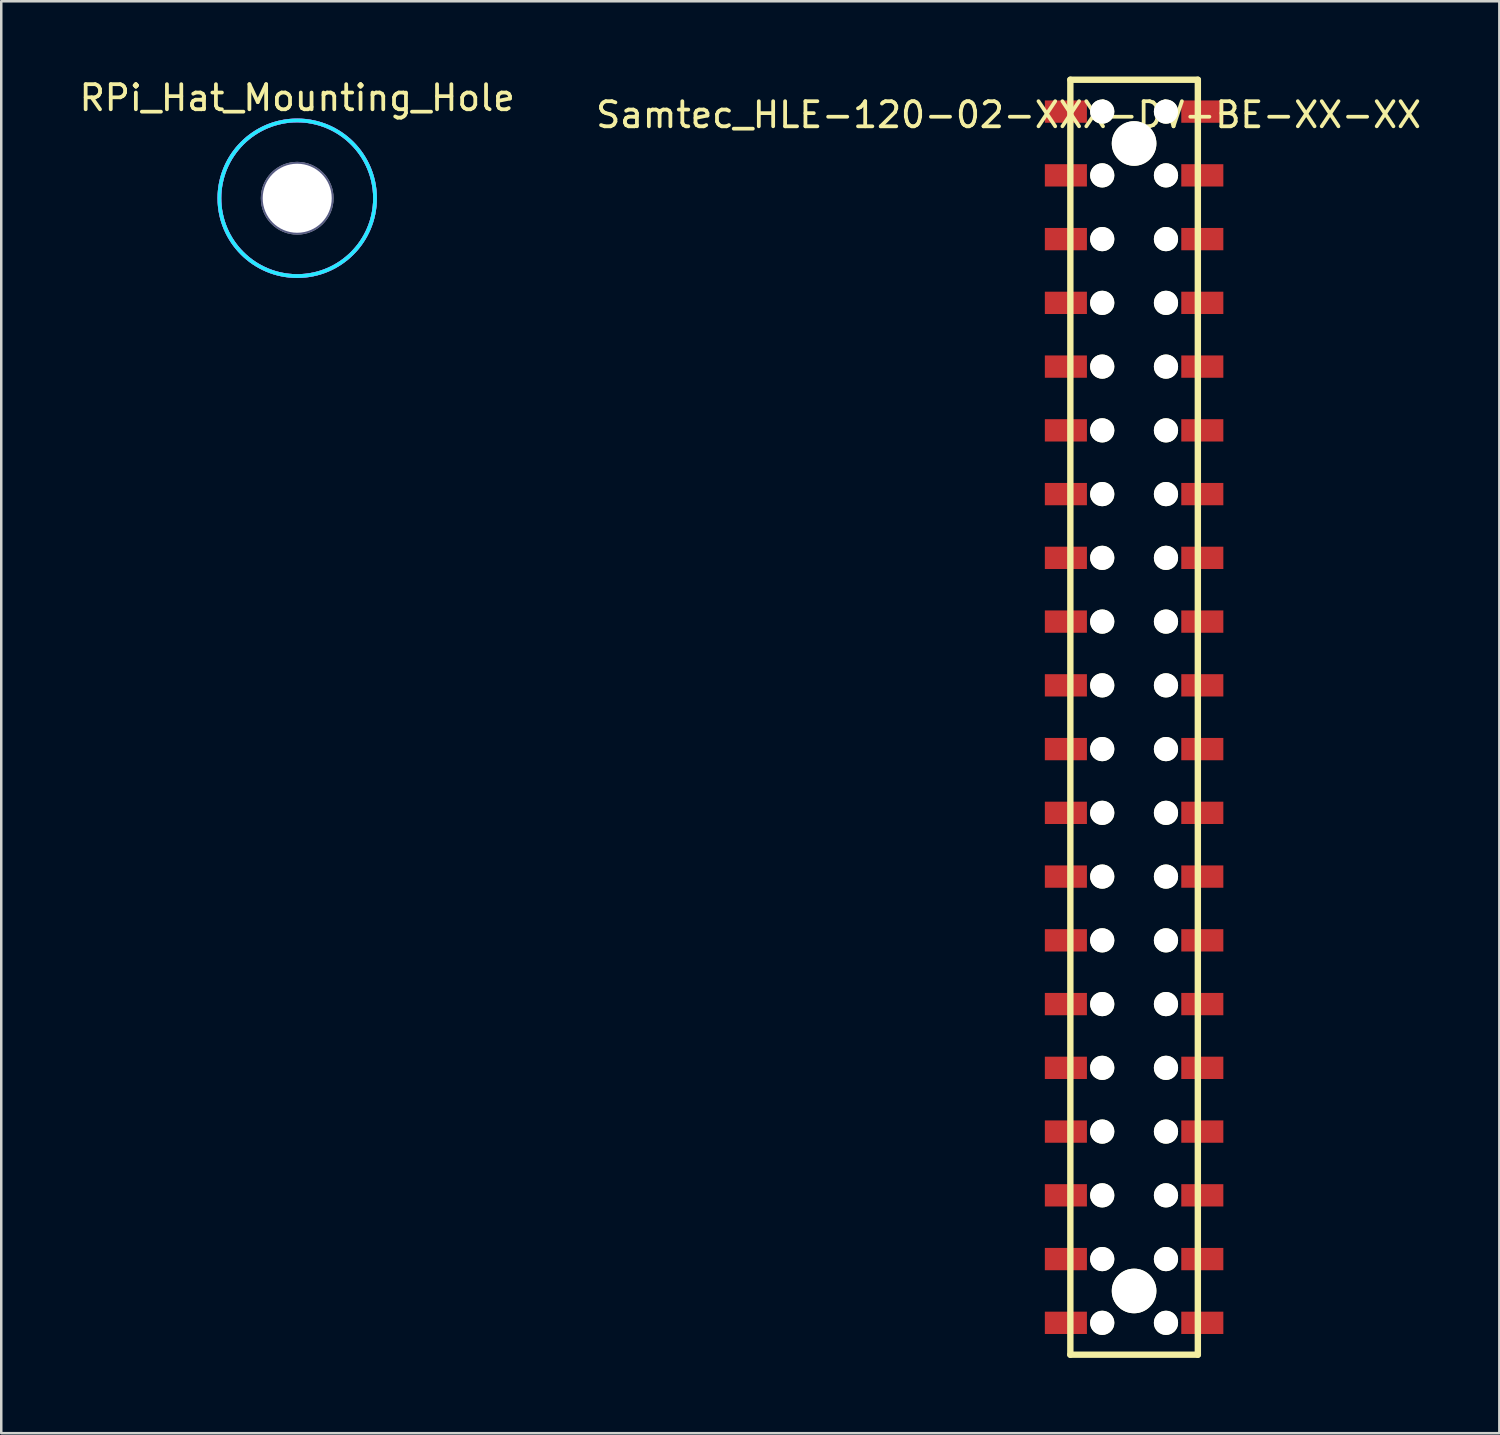
<source format=kicad_pcb>
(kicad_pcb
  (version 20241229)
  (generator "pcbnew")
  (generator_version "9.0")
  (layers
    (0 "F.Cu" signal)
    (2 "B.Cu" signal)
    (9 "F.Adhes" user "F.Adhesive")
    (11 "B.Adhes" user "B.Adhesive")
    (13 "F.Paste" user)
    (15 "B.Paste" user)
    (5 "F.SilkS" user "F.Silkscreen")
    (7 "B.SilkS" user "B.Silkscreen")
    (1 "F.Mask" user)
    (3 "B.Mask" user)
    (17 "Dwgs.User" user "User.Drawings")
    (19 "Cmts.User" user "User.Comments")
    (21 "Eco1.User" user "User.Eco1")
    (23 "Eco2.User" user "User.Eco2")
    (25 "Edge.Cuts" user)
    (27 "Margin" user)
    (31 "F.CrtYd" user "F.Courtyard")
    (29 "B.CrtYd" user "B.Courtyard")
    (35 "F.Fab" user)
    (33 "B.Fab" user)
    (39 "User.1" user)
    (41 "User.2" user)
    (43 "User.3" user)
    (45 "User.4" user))
  (footprint "RPi_Hat_Mounting_Hole"
    (layer "F.Cu")
    (at 8.792 4.849)
    (property "Reference" "RPi_Hat_Mounting_Hole" (at 0 -4 0) (layer "F.SilkS") (effects (font (size 1 1) (thickness 0.15))))
    (attr through_hole board_only)
    (fp_circle (center 0 0) (end 3.1 0) (stroke (width 0.15) (type solid)) (fill no) (layer "B.CrtYd"))
    (fp_circle (center 0 0) (end 3.1 0) (stroke (width 0.15) (type solid)) (fill no) (layer "F.CrtYd"))
    (fp_circle (center 0 0) (end 1.375 0) (stroke (width 0.15) (type solid)) (fill no) (layer "B.Fab"))
    (fp_circle (center 0 0) (end 3.1 0) (stroke (width 0.15) (type solid)) (fill no) (layer "B.Fab"))
    (fp_circle (center 0 0) (end 1.375 0) (stroke (width 0.15) (type solid)) (fill no) (layer "F.Fab"))
    (fp_circle (center 0 0) (end 3.1 0) (stroke (width 0.15) (type solid)) (fill no) (layer "F.Fab"))
    (pad "" np_thru_hole circle (at 0 0) (size 2.75 2.75) (drill 2.75) (layers "*.Cu" "*.Mask")))
  (footprint "Samtec_HLE-120-02-XXX-DV-BE-XX-XX"
    (layer "F.Cu")
    (at 42.137 25.527)
    (property "Reference" "Samtec_HLE-120-02-XXX-DV-BE-XX-XX" (at -5 -24 0) (layer "F.SilkS") (effects (font (size 1 1) (thickness 0.15))))
    (attr through_hole)
    (fp_line (start -2.54 -25.4) (end 2.54 -25.4) (stroke (width 0.254) (type solid)) (layer "F.SilkS"))
    (fp_line (start -2.54 25.4) (end -2.54 -25.4) (stroke (width 0.254) (type solid)) (layer "F.SilkS"))
    (fp_line (start 2.54 -25.4) (end 2.54 25.4) (stroke (width 0.254) (type solid)) (layer "F.SilkS"))
    (fp_line (start 2.54 25.4) (end -2.54 25.4) (stroke (width 0.254) (type solid)) (layer "F.SilkS"))
    (pad "" np_thru_hole circle (at -1.27 -24.13 270) (size 0.965 0.965) (drill 0.965) (layers "*.Cu" "*.Mask" "F.SilkS"))
    (pad "" np_thru_hole circle (at -1.27 -21.59 270) (size 0.965 0.965) (drill 0.965) (layers "*.Cu" "*.Mask" "F.SilkS"))
    (pad "" np_thru_hole circle (at -1.27 -19.05 270) (size 0.965 0.965) (drill 0.965) (layers "*.Cu" "*.Mask" "F.SilkS"))
    (pad "" np_thru_hole circle (at -1.27 -16.51 270) (size 0.965 0.965) (drill 0.965) (layers "*.Cu" "*.Mask" "F.SilkS"))
    (pad "" np_thru_hole circle (at -1.27 -13.97 270) (size 0.965 0.965) (drill 0.965) (layers "*.Cu" "*.Mask" "F.SilkS"))
    (pad "" np_thru_hole circle (at -1.27 -11.43 270) (size 0.965 0.965) (drill 0.965) (layers "*.Cu" "*.Mask" "F.SilkS"))
    (pad "" np_thru_hole circle (at -1.27 -8.89 270) (size 0.965 0.965) (drill 0.965) (layers "*.Cu" "*.Mask" "F.SilkS"))
    (pad "" np_thru_hole circle (at -1.27 -6.35 270) (size 0.965 0.965) (drill 0.965) (layers "*.Cu" "*.Mask" "F.SilkS"))
    (pad "" np_thru_hole circle (at -1.27 -3.81 270) (size 0.965 0.965) (drill 0.965) (layers "*.Cu" "*.Mask" "F.SilkS"))
    (pad "" np_thru_hole circle (at -1.27 -1.27 270) (size 0.965 0.965) (drill 0.965) (layers "*.Cu" "*.Mask" "F.SilkS"))
    (pad "" np_thru_hole circle (at -1.27 1.27 270) (size 0.965 0.965) (drill 0.965) (layers "*.Cu" "*.Mask" "F.SilkS"))
    (pad "" np_thru_hole circle (at -1.27 3.81 270) (size 0.965 0.965) (drill 0.965) (layers "*.Cu" "*.Mask" "F.SilkS"))
    (pad "" np_thru_hole circle (at -1.27 6.35 270) (size 0.965 0.965) (drill 0.965) (layers "*.Cu" "*.Mask" "F.SilkS"))
    (pad "" np_thru_hole circle (at -1.27 8.89 270) (size 0.965 0.965) (drill 0.965) (layers "*.Cu" "*.Mask" "F.SilkS"))
    (pad "" np_thru_hole circle (at -1.27 11.43 270) (size 0.965 0.965) (drill 0.965) (layers "*.Cu" "*.Mask" "F.SilkS"))
    (pad "" np_thru_hole circle (at -1.27 13.97 270) (size 0.965 0.965) (drill 0.965) (layers "*.Cu" "*.Mask" "F.SilkS"))
    (pad "" np_thru_hole circle (at -1.27 16.51 270) (size 0.965 0.965) (drill 0.965) (layers "*.Cu" "*.Mask" "F.SilkS"))
    (pad "" np_thru_hole circle (at -1.27 19.05 270) (size 0.965 0.965) (drill 0.965) (layers "*.Cu" "*.Mask" "F.SilkS"))
    (pad "" np_thru_hole circle (at -1.27 21.59 270) (size 0.965 0.965) (drill 0.965) (layers "*.Cu" "*.Mask" "F.SilkS"))
    (pad "" np_thru_hole circle (at -1.27 24.13 270) (size 0.965 0.965) (drill 0.965) (layers "*.Cu" "*.Mask" "F.SilkS"))
    (pad "" np_thru_hole circle (at 0 -22.86 270) (size 1.778 1.778) (drill 1.778) (layers "*.Cu" "*.Mask" "F.SilkS"))
    (pad "" np_thru_hole circle (at 0 22.86 270) (size 1.778 1.778) (drill 1.778) (layers "*.Cu" "*.Mask" "F.SilkS"))
    (pad "" np_thru_hole circle (at 1.27 -24.13 270) (size 0.965 0.965) (drill 0.965) (layers "*.Cu" "*.Mask" "F.SilkS"))
    (pad "" np_thru_hole circle (at 1.27 -21.59 270) (size 0.965 0.965) (drill 0.965) (layers "*.Cu" "*.Mask" "F.SilkS"))
    (pad "" np_thru_hole circle (at 1.27 -19.05 270) (size 0.965 0.965) (drill 0.965) (layers "*.Cu" "*.Mask" "F.SilkS"))
    (pad "" np_thru_hole circle (at 1.27 -16.51 270) (size 0.965 0.965) (drill 0.965) (layers "*.Cu" "*.Mask" "F.SilkS"))
    (pad "" np_thru_hole circle (at 1.27 -13.97 270) (size 0.965 0.965) (drill 0.965) (layers "*.Cu" "*.Mask" "F.SilkS"))
    (pad "" np_thru_hole circle (at 1.27 -11.43 270) (size 0.965 0.965) (drill 0.965) (layers "*.Cu" "*.Mask" "F.SilkS"))
    (pad "" np_thru_hole circle (at 1.27 -8.89 270) (size 0.965 0.965) (drill 0.965) (layers "*.Cu" "*.Mask" "F.SilkS"))
    (pad "" np_thru_hole circle (at 1.27 -6.35 270) (size 0.965 0.965) (drill 0.965) (layers "*.Cu" "*.Mask" "F.SilkS"))
    (pad "" np_thru_hole circle (at 1.27 -3.81 270) (size 0.965 0.965) (drill 0.965) (layers "*.Cu" "*.Mask" "F.SilkS"))
    (pad "" np_thru_hole circle (at 1.27 -1.27 270) (size 0.965 0.965) (drill 0.965) (layers "*.Cu" "*.Mask" "F.SilkS"))
    (pad "" np_thru_hole circle (at 1.27 1.27 270) (size 0.965 0.965) (drill 0.965) (layers "*.Cu" "*.Mask" "F.SilkS"))
    (pad "" np_thru_hole circle (at 1.27 3.81 270) (size 0.965 0.965) (drill 0.965) (layers "*.Cu" "*.Mask" "F.SilkS"))
    (pad "" np_thru_hole circle (at 1.27 6.35 270) (size 0.965 0.965) (drill 0.965) (layers "*.Cu" "*.Mask" "F.SilkS"))
    (pad "" np_thru_hole circle (at 1.27 8.89 270) (size 0.965 0.965) (drill 0.965) (layers "*.Cu" "*.Mask" "F.SilkS"))
    (pad "" np_thru_hole circle (at 1.27 11.43 270) (size 0.965 0.965) (drill 0.965) (layers "*.Cu" "*.Mask" "F.SilkS"))
    (pad "" np_thru_hole circle (at 1.27 13.97 270) (size 0.965 0.965) (drill 0.965) (layers "*.Cu" "*.Mask" "F.SilkS"))
    (pad "" np_thru_hole circle (at 1.27 16.51 270) (size 0.965 0.965) (drill 0.965) (layers "*.Cu" "*.Mask" "F.SilkS"))
    (pad "" np_thru_hole circle (at 1.27 19.05 270) (size 0.965 0.965) (drill 0.965) (layers "*.Cu" "*.Mask" "F.SilkS"))
    (pad "" np_thru_hole circle (at 1.27 21.59 270) (size 0.965 0.965) (drill 0.965) (layers "*.Cu" "*.Mask" "F.SilkS"))
    (pad "" np_thru_hole circle (at 1.27 24.13 270) (size 0.965 0.965) (drill 0.965) (layers "*.Cu" "*.Mask" "F.SilkS"))
    (pad "1" smd rect (at -2.718 -24.13 90) (size 0.889 1.676) (layers "F.Cu" "F.Mask" "F.Paste"))
    (pad "2" smd rect (at 2.718 -24.13 90) (size 0.889 1.676) (layers "F.Cu" "F.Mask" "F.Paste"))
    (pad "3" smd rect (at -2.718 -21.59 90) (size 0.889 1.676) (layers "F.Cu" "F.Mask" "F.Paste"))
    (pad "4" smd rect (at 2.718 -21.59 90) (size 0.889 1.676) (layers "F.Cu" "F.Mask" "F.Paste"))
    (pad "5" smd rect (at -2.718 -19.05 90) (size 0.889 1.676) (layers "F.Cu" "F.Mask" "F.Paste"))
    (pad "6" smd rect (at 2.718 -19.05 90) (size 0.889 1.676) (layers "F.Cu" "F.Mask" "F.Paste"))
    (pad "7" smd rect (at -2.718 -16.51 90) (size 0.889 1.676) (layers "F.Cu" "F.Mask" "F.Paste"))
    (pad "8" smd rect (at 2.718 -16.51 90) (size 0.889 1.676) (layers "F.Cu" "F.Mask" "F.Paste"))
    (pad "9" smd rect (at -2.718 -13.97 90) (size 0.889 1.676) (layers "F.Cu" "F.Mask" "F.Paste"))
    (pad "10" smd rect (at 2.718 -13.97 90) (size 0.889 1.676) (layers "F.Cu" "F.Mask" "F.Paste"))
    (pad "11" smd rect (at -2.718 -11.43 90) (size 0.889 1.676) (layers "F.Cu" "F.Mask" "F.Paste"))
    (pad "12" smd rect (at 2.718 -11.43 90) (size 0.889 1.676) (layers "F.Cu" "F.Mask" "F.Paste"))
    (pad "13" smd rect (at -2.718 -8.89 90) (size 0.889 1.676) (layers "F.Cu" "F.Mask" "F.Paste"))
    (pad "14" smd rect (at 2.718 -8.89 90) (size 0.889 1.676) (layers "F.Cu" "F.Mask" "F.Paste"))
    (pad "15" smd rect (at -2.718 -6.35 90) (size 0.889 1.676) (layers "F.Cu" "F.Mask" "F.Paste"))
    (pad "16" smd rect (at 2.718 -6.35 90) (size 0.889 1.676) (layers "F.Cu" "F.Mask" "F.Paste"))
    (pad "17" smd rect (at -2.718 -3.81 90) (size 0.889 1.676) (layers "F.Cu" "F.Mask" "F.Paste"))
    (pad "18" smd rect (at 2.718 -3.81 90) (size 0.889 1.676) (layers "F.Cu" "F.Mask" "F.Paste"))
    (pad "19" smd rect (at -2.718 -1.27 90) (size 0.889 1.676) (layers "F.Cu" "F.Mask" "F.Paste"))
    (pad "20" smd rect (at 2.718 -1.27 90) (size 0.889 1.676) (layers "F.Cu" "F.Mask" "F.Paste"))
    (pad "21" smd rect (at -2.718 1.27 90) (size 0.889 1.676) (layers "F.Cu" "F.Mask" "F.Paste"))
    (pad "22" smd rect (at 2.718 1.27 90) (size 0.889 1.676) (layers "F.Cu" "F.Mask" "F.Paste"))
    (pad "23" smd rect (at -2.718 3.81 90) (size 0.889 1.676) (layers "F.Cu" "F.Mask" "F.Paste"))
    (pad "24" smd rect (at 2.718 3.81 90) (size 0.889 1.676) (layers "F.Cu" "F.Mask" "F.Paste"))
    (pad "25" smd rect (at -2.718 6.35 90) (size 0.889 1.676) (layers "F.Cu" "F.Mask" "F.Paste"))
    (pad "26" smd rect (at 2.718 6.35 90) (size 0.889 1.676) (layers "F.Cu" "F.Mask" "F.Paste"))
    (pad "27" smd rect (at -2.718 8.89 90) (size 0.889 1.676) (layers "F.Cu" "F.Mask" "F.Paste"))
    (pad "28" smd rect (at 2.718 8.89 90) (size 0.889 1.676) (layers "F.Cu" "F.Mask" "F.Paste"))
    (pad "29" smd rect (at -2.718 11.43 90) (size 0.889 1.676) (layers "F.Cu" "F.Mask" "F.Paste"))
    (pad "30" smd rect (at 2.718 11.43 90) (size 0.889 1.676) (layers "F.Cu" "F.Mask" "F.Paste"))
    (pad "31" smd rect (at -2.718 13.97 90) (size 0.889 1.676) (layers "F.Cu" "F.Mask" "F.Paste"))
    (pad "32" smd rect (at 2.718 13.97 90) (size 0.889 1.676) (layers "F.Cu" "F.Mask" "F.Paste"))
    (pad "33" smd rect (at -2.718 16.51 90) (size 0.889 1.676) (layers "F.Cu" "F.Mask" "F.Paste"))
    (pad "34" smd rect (at 2.718 16.51 90) (size 0.889 1.676) (layers "F.Cu" "F.Mask" "F.Paste"))
    (pad "35" smd rect (at -2.718 19.05 90) (size 0.889 1.676) (layers "F.Cu" "F.Mask" "F.Paste"))
    (pad "36" smd rect (at 2.718 19.05 90) (size 0.889 1.676) (layers "F.Cu" "F.Mask" "F.Paste"))
    (pad "37" smd rect (at -2.718 21.59 90) (size 0.889 1.676) (layers "F.Cu" "F.Mask" "F.Paste"))
    (pad "38" smd rect (at 2.718 21.59 90) (size 0.889 1.676) (layers "F.Cu" "F.Mask" "F.Paste"))
    (pad "39" smd rect (at -2.718 24.13 90) (size 0.889 1.676) (layers "F.Cu" "F.Mask" "F.Paste"))
    (pad "40" smd rect (at 2.718 24.13 90) (size 0.889 1.676) (layers "F.Cu" "F.Mask" "F.Paste")))
  (gr_rect
    (start -3 -3)
    (end 56.69 54.054)
    (stroke (width 0.1) (type default))
    (fill no)
    (layer "Edge.Cuts")))
</source>
